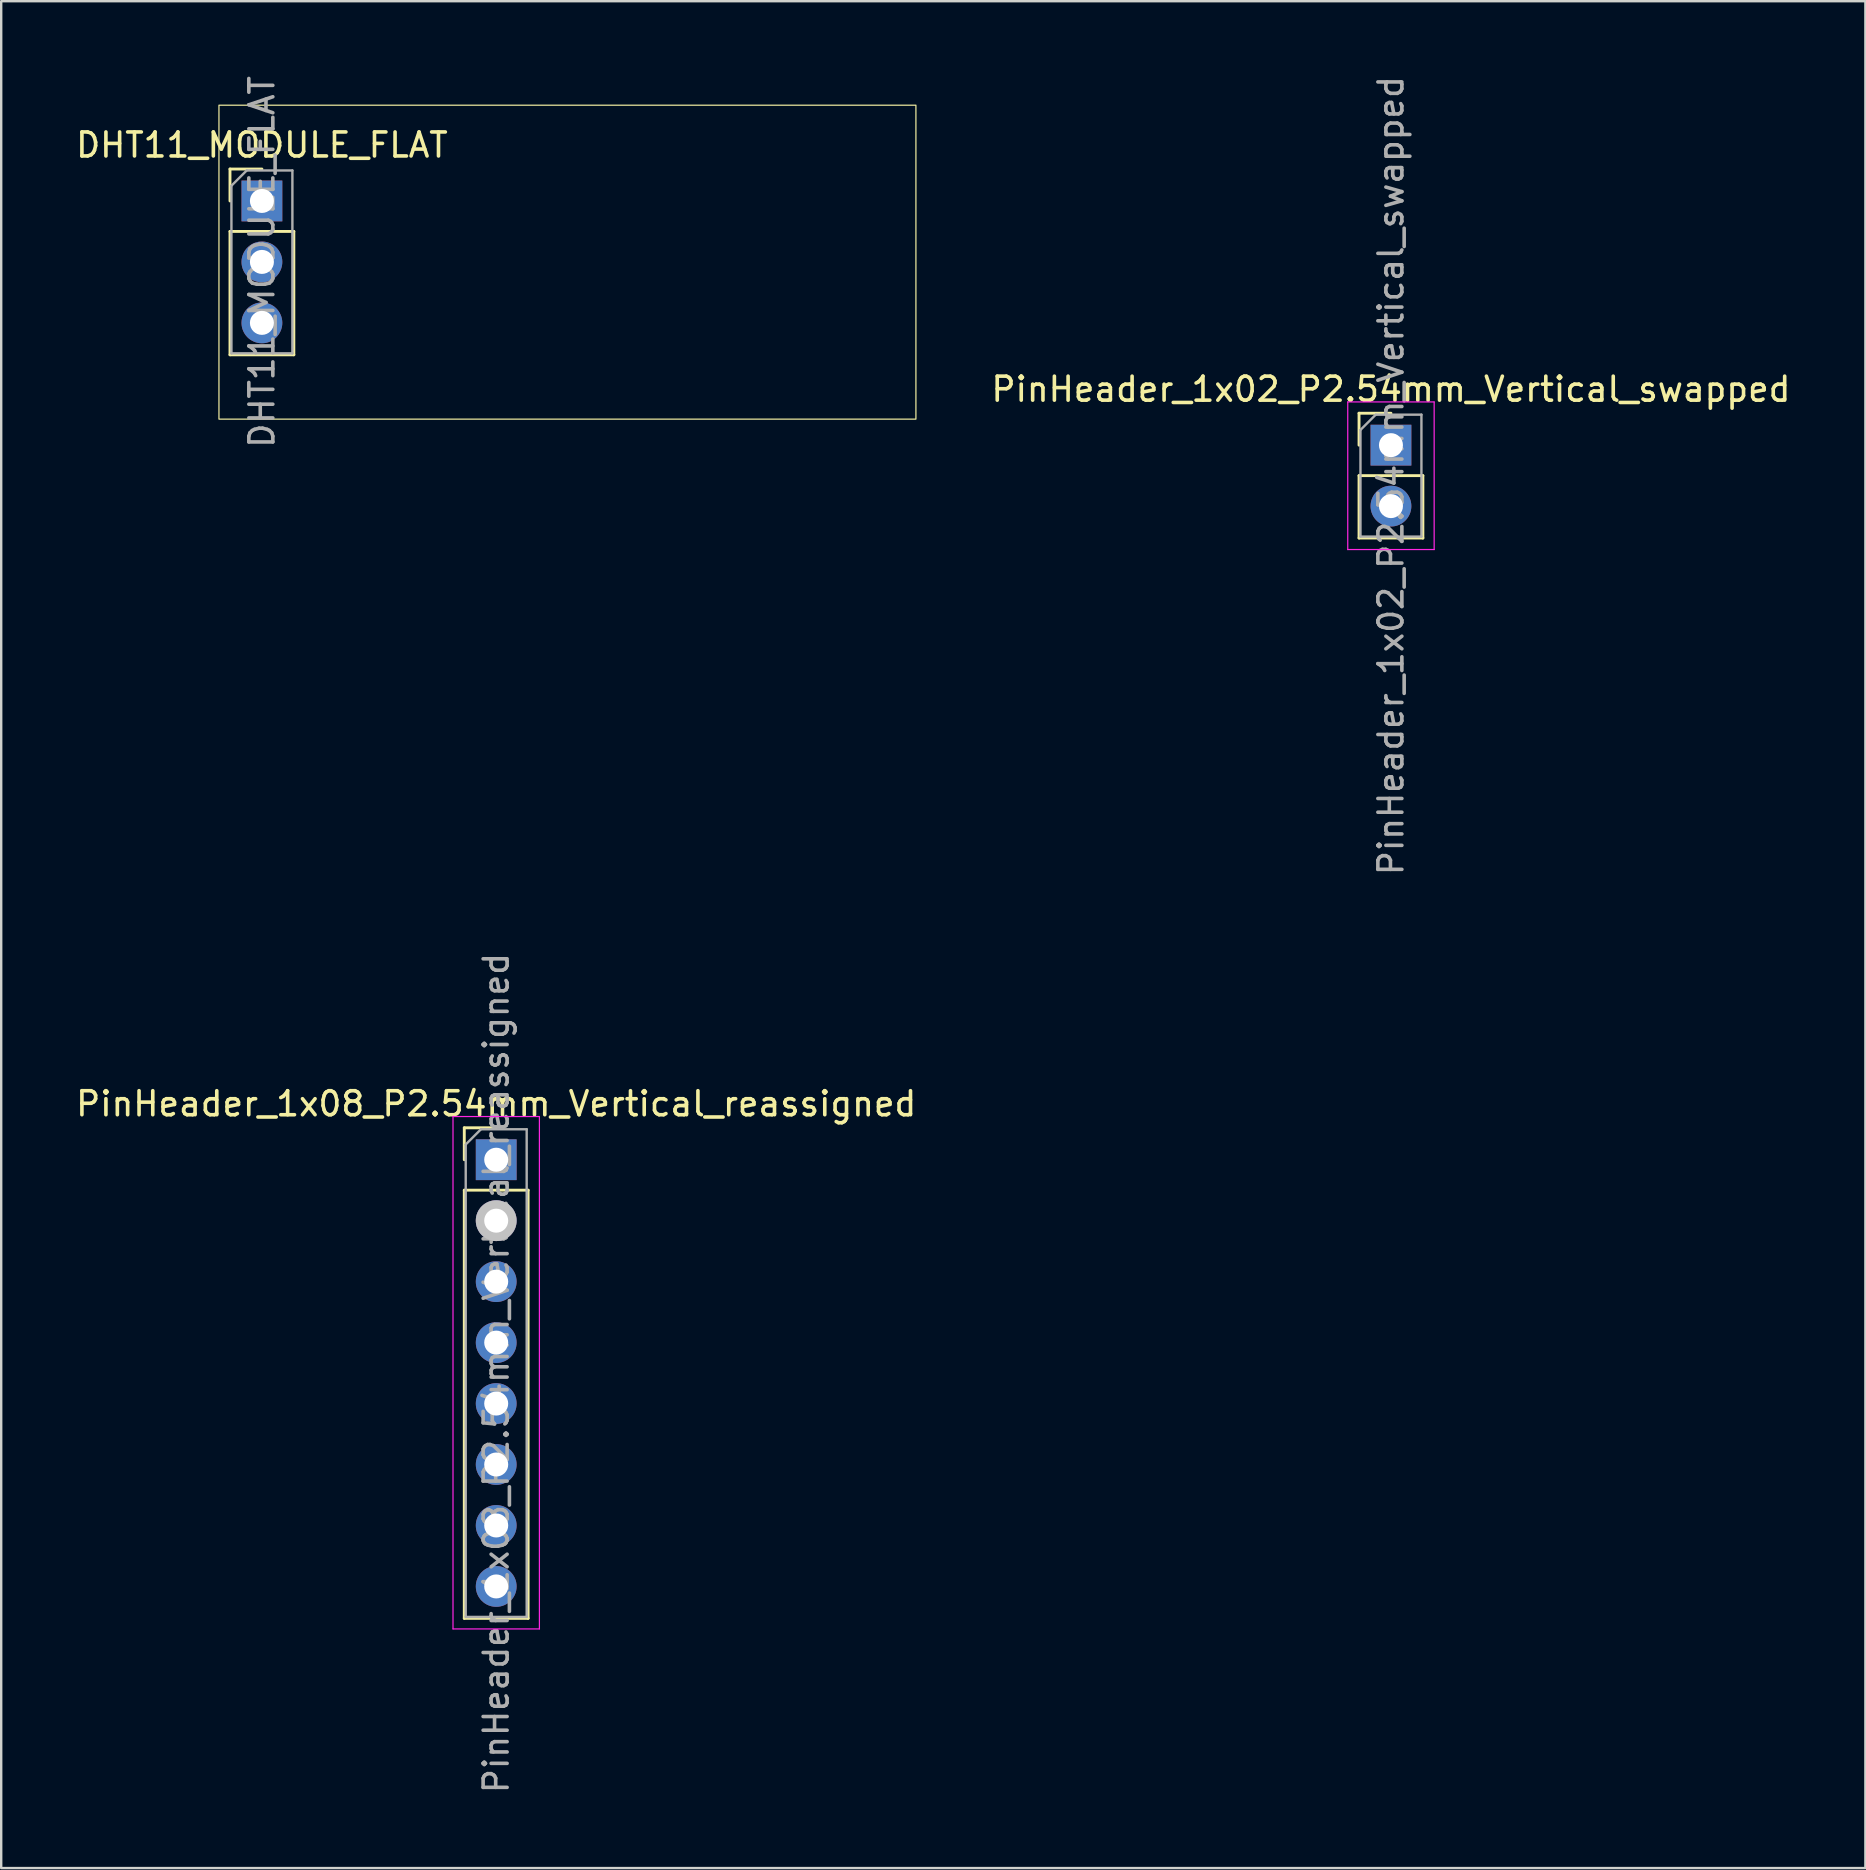
<source format=kicad_pcb>
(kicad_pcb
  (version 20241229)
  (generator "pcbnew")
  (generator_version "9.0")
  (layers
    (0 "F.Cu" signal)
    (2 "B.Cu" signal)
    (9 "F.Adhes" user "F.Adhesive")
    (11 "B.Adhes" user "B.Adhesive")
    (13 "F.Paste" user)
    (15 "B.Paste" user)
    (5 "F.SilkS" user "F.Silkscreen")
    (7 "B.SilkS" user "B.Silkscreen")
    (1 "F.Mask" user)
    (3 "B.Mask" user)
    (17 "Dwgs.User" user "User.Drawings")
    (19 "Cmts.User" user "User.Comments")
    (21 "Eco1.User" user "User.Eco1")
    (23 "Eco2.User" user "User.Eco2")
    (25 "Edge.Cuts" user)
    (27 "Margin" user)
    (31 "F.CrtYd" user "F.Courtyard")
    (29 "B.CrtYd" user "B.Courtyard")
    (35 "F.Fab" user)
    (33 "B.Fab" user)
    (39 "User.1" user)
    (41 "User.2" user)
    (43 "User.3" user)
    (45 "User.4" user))
  (footprint "PinHeader_1x08_P2.54mm_Vertical_reassigned"
    (layer "F.Cu")
    (at 17.625 45.271)
    (property "Reference" "PinHeader_1x08_P2.54mm_Vertical_reassigned" (at 0 -2.33 0) (layer "F.SilkS") (effects (font (size 1 1) (thickness 0.15))))
    (attr through_hole)
    (fp_line (start -1.33 -1.33) (end 0 -1.33) (stroke (width 0.12) (type solid)) (layer "F.SilkS"))
    (fp_line (start -1.33 0) (end -1.33 -1.33) (stroke (width 0.12) (type solid)) (layer "F.SilkS"))
    (fp_line (start -1.33 1.27) (end -1.33 19.11) (stroke (width 0.12) (type solid)) (layer "F.SilkS"))
    (fp_line (start -1.33 1.27) (end 1.33 1.27) (stroke (width 0.12) (type solid)) (layer "F.SilkS"))
    (fp_line (start -1.33 19.11) (end 1.33 19.11) (stroke (width 0.12) (type solid)) (layer "F.SilkS"))
    (fp_line (start 1.33 1.27) (end 1.33 19.11) (stroke (width 0.12) (type solid)) (layer "F.SilkS"))
    (fp_line (start -1.8 -1.8) (end -1.8 19.55) (stroke (width 0.05) (type solid)) (layer "F.CrtYd"))
    (fp_line (start -1.8 19.55) (end 1.8 19.55) (stroke (width 0.05) (type solid)) (layer "F.CrtYd"))
    (fp_line (start 1.8 -1.8) (end -1.8 -1.8) (stroke (width 0.05) (type solid)) (layer "F.CrtYd"))
    (fp_line (start 1.8 19.55) (end 1.8 -1.8) (stroke (width 0.05) (type solid)) (layer "F.CrtYd"))
    (fp_line (start -1.27 -0.635) (end -0.635 -1.27) (stroke (width 0.1) (type solid)) (layer "F.Fab"))
    (fp_line (start -1.27 19.05) (end -1.27 -0.635) (stroke (width 0.1) (type solid)) (layer "F.Fab"))
    (fp_line (start -0.635 -1.27) (end 1.27 -1.27) (stroke (width 0.1) (type solid)) (layer "F.Fab"))
    (fp_line (start 1.27 -1.27) (end 1.27 19.05) (stroke (width 0.1) (type solid)) (layer "F.Fab"))
    (fp_line (start 1.27 19.05) (end -1.27 19.05) (stroke (width 0.1) (type solid)) (layer "F.Fab"))
    (fp_text user "${REFERENCE}" (at 0 8.89 90) (layer "F.Fab") (effects (font (size 1 1) (thickness 0.15))))
    (pad "6" thru_hole oval (at 0 10.16) (size 1.7 1.7) (drill 1) (layers "*.Cu" "*.Mask"))
    (pad "7" thru_hole oval (at 0 7.62) (size 1.7 1.7) (drill 1) (layers "*.Cu" "*.Mask"))
    (pad "8" thru_hole oval (at 0 5.08) (size 1.7 1.7) (drill 1) (layers "*.Cu" "*.Mask"))
    (pad "9" thru_hole oval (at 0 2.54) (size 1.7 1.7) (drill 1) (layers "*.Cu" "*.Mask" "Dwgs.User"))
    (pad "10" thru_hole rect (at 0 0) (size 1.7 1.7) (drill 1) (layers "*.Cu" "*.Mask"))
    (pad "10" thru_hole oval (at 0 17.78) (size 1.7 1.7) (drill 1) (layers "*.Cu" "*.Mask"))
    (pad "12" thru_hole oval (at 0 12.7) (size 1.7 1.7) (drill 1) (layers "*.Cu" "*.Mask"))
    (pad "13" thru_hole oval (at 0 15.24) (size 1.7 1.7) (drill 1) (layers "*.Cu" "*.Mask")))
  (footprint "PinHeader_1x02_P2.54mm_Vertical_swapped"
    (layer "F.Cu")
    (at 54.906 15.498)
    (property "Reference" "PinHeader_1x02_P2.54mm_Vertical_swapped" (at 0 -2.33 0) (layer "F.SilkS") (effects (font (size 1 1) (thickness 0.15))))
    (attr through_hole)
    (fp_line (start -1.33 -1.33) (end 0 -1.33) (stroke (width 0.12) (type solid)) (layer "F.SilkS"))
    (fp_line (start -1.33 0) (end -1.33 -1.33) (stroke (width 0.12) (type solid)) (layer "F.SilkS"))
    (fp_line (start -1.33 1.27) (end -1.33 3.87) (stroke (width 0.12) (type solid)) (layer "F.SilkS"))
    (fp_line (start -1.33 1.27) (end 1.33 1.27) (stroke (width 0.12) (type solid)) (layer "F.SilkS"))
    (fp_line (start -1.33 3.87) (end 1.33 3.87) (stroke (width 0.12) (type solid)) (layer "F.SilkS"))
    (fp_line (start 1.33 1.27) (end 1.33 3.87) (stroke (width 0.12) (type solid)) (layer "F.SilkS"))
    (fp_line (start -1.8 -1.8) (end -1.8 4.35) (stroke (width 0.05) (type solid)) (layer "F.CrtYd"))
    (fp_line (start -1.8 4.35) (end 1.8 4.35) (stroke (width 0.05) (type solid)) (layer "F.CrtYd"))
    (fp_line (start 1.8 -1.8) (end -1.8 -1.8) (stroke (width 0.05) (type solid)) (layer "F.CrtYd"))
    (fp_line (start 1.8 4.35) (end 1.8 -1.8) (stroke (width 0.05) (type solid)) (layer "F.CrtYd"))
    (fp_line (start -1.27 -0.635) (end -0.635 -1.27) (stroke (width 0.1) (type solid)) (layer "F.Fab"))
    (fp_line (start -1.27 3.81) (end -1.27 -0.635) (stroke (width 0.1) (type solid)) (layer "F.Fab"))
    (fp_line (start -0.635 -1.27) (end 1.27 -1.27) (stroke (width 0.1) (type solid)) (layer "F.Fab"))
    (fp_line (start 1.27 -1.27) (end 1.27 3.81) (stroke (width 0.1) (type solid)) (layer "F.Fab"))
    (fp_line (start 1.27 3.81) (end -1.27 3.81) (stroke (width 0.1) (type solid)) (layer "F.Fab"))
    (fp_text user "${REFERENCE}" (at 0 1.27 90) (layer "F.Fab") (effects (font (size 1 1) (thickness 0.15))))
    (pad "1" thru_hole oval (at 0 2.54) (size 1.7 1.7) (drill 1) (layers "*.Cu" "*.Mask"))
    (pad "2" thru_hole rect (at 0 0) (size 1.7 1.7) (drill 1) (layers "*.Cu" "*.Mask")))
  (footprint "DHT11_MODULE_FLAT"
    (layer "F.Cu")
    (at 7.863 5.323)
    (property "Reference" "DHT11_MODULE_FLAT" (at 0 -2.33 0) (layer "F.SilkS") (effects (font (size 1 1) (thickness 0.15))))
    (attr through_hole)
    (fp_line (start -1.33 -1.33) (end 0 -1.33) (stroke (width 0.12) (type solid)) (layer "F.SilkS"))
    (fp_line (start -1.33 0) (end -1.33 -1.33) (stroke (width 0.12) (type solid)) (layer "F.SilkS"))
    (fp_line (start -1.33 1.27) (end -1.33 6.41) (stroke (width 0.12) (type solid)) (layer "F.SilkS"))
    (fp_line (start -1.33 1.27) (end 1.33 1.27) (stroke (width 0.12) (type solid)) (layer "F.SilkS"))
    (fp_line (start -1.33 6.41) (end 1.33 6.41) (stroke (width 0.12) (type solid)) (layer "F.SilkS"))
    (fp_line (start 1.33 1.27) (end 1.33 6.41) (stroke (width 0.12) (type solid)) (layer "F.SilkS"))
    (fp_rect (start -1.79 -3.99) (end 27.25 9.09) (stroke (width 0.05) (type default)) (fill no) (layer "F.SilkS"))
    (fp_line (start -1.27 -0.635) (end -0.635 -1.27) (stroke (width 0.1) (type solid)) (layer "F.Fab"))
    (fp_line (start -1.27 6.35) (end -1.27 -0.635) (stroke (width 0.1) (type solid)) (layer "F.Fab"))
    (fp_line (start -0.635 -1.27) (end 1.27 -1.27) (stroke (width 0.1) (type solid)) (layer "F.Fab"))
    (fp_line (start 1.27 -1.27) (end 1.27 6.35) (stroke (width 0.1) (type solid)) (layer "F.Fab"))
    (fp_line (start 1.27 6.35) (end -1.27 6.35) (stroke (width 0.1) (type solid)) (layer "F.Fab"))
    (fp_text user "${REFERENCE}" (at 0 2.54 90) (layer "F.Fab") (effects (font (size 1 1) (thickness 0.15))))
    (pad "1" thru_hole oval (at 0 2.54) (size 1.7 1.7) (drill 1) (layers "*.Cu" "*.Mask"))
    (pad "2" thru_hole oval (at 0 5.08) (size 1.7 1.7) (drill 1) (layers "*.Cu" "*.Mask"))
    (pad "4" thru_hole rect (at 0 0) (size 1.7 1.7) (drill 1) (layers "*.Cu" "*.Mask")))
  (gr_rect
    (start -3 -3)
    (end 74.674 74.786)
    (stroke (width 0.1) (type default))
    (fill no)
    (layer "Edge.Cuts")))
</source>
